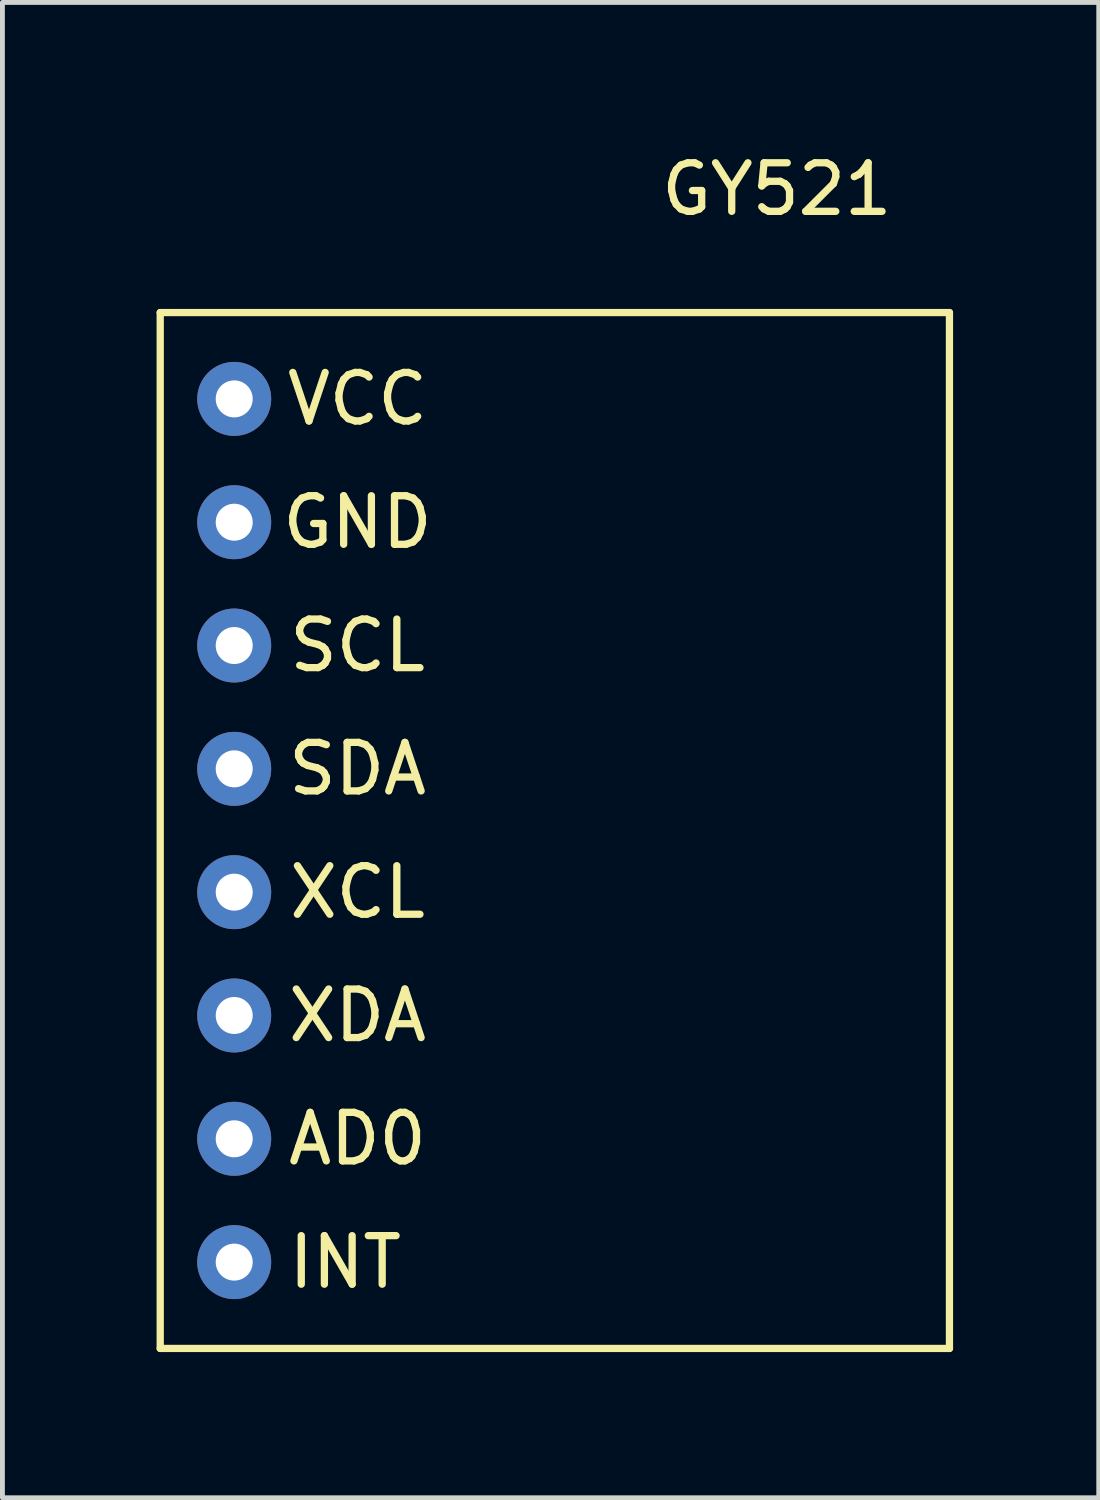
<source format=kicad_pcb>
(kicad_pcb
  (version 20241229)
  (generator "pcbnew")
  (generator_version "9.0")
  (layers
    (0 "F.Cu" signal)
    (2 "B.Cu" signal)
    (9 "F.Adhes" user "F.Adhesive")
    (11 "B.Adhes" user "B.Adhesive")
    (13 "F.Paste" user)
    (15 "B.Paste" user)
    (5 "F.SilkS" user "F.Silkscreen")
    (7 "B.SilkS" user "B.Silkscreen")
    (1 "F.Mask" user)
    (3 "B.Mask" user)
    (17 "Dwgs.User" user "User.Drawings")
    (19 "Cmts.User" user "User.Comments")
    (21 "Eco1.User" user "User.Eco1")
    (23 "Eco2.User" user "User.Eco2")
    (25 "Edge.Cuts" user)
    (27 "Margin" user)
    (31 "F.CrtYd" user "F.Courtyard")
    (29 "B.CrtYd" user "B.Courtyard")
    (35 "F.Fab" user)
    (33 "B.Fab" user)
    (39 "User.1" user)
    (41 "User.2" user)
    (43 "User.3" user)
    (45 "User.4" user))
  (footprint "GY521"
    (layer "F.Cu")
    (at 0.25 3.388)
    (property "Reference" "GY521" (at 12.7 -2.54 0) (layer "F.SilkS") (effects (font (size 1 1) (thickness 0.15))))
    (attr through_hole)
    (fp_line (start 0 0) (end 16.256 0) (stroke (width 0.15) (type solid)) (layer "F.SilkS"))
    (fp_line (start 0 21.336) (end 0 0) (stroke (width 0.15) (type solid)) (layer "F.SilkS"))
    (fp_line (start 16.256 0) (end 16.256 21.336) (stroke (width 0.15) (type solid)) (layer "F.SilkS"))
    (fp_line (start 16.256 21.336) (end 0 21.336) (stroke (width 0.15) (type solid)) (layer "F.SilkS"))
    (fp_text user "SDA" (at 4.064 9.398 0) (layer "F.SilkS") (effects (font (size 1 1) (thickness 0.15))))
    (fp_text user "XCL" (at 4.064 11.938 0) (layer "F.SilkS") (effects (font (size 1 1) (thickness 0.15))))
    (fp_text user "INT" (at 3.81 19.558 0) (layer "F.SilkS") (effects (font (size 1 1) (thickness 0.15))))
    (fp_text user "XDA" (at 4.064 14.478 0) (layer "F.SilkS") (effects (font (size 1 1) (thickness 0.15))))
    (fp_text user "SCL" (at 4.064 6.858 0) (layer "F.SilkS") (effects (font (size 1 1) (thickness 0.15))))
    (fp_text user "GND" (at 4.064 4.318 0) (layer "F.SilkS") (effects (font (size 1 1) (thickness 0.15))))
    (fp_text user "AD0" (at 4.064 17.018 0) (layer "F.SilkS") (effects (font (size 1 1) (thickness 0.15))))
    (fp_text user "VCC" (at 4.064 1.778 0) (layer "F.SilkS") (effects (font (size 1 1) (thickness 0.15))))
    (pad "1" thru_hole circle (at 1.524 1.778) (size 1.524 1.524) (drill 0.762) (layers "*.Cu" "*.Mask"))
    (pad "2" thru_hole circle (at 1.524 4.318) (size 1.524 1.524) (drill 0.762) (layers "*.Cu" "*.Mask"))
    (pad "3" thru_hole circle (at 1.524 6.858) (size 1.524 1.524) (drill 0.762) (layers "*.Cu" "*.Mask"))
    (pad "4" thru_hole circle (at 1.524 9.398) (size 1.524 1.524) (drill 0.762) (layers "*.Cu" "*.Mask"))
    (pad "5" thru_hole circle (at 1.524 11.938) (size 1.524 1.524) (drill 0.762) (layers "*.Cu" "*.Mask"))
    (pad "6" thru_hole circle (at 1.524 14.478) (size 1.524 1.524) (drill 0.762) (layers "*.Cu" "*.Mask"))
    (pad "7" thru_hole circle (at 1.524 17.018) (size 1.524 1.524) (drill 0.762) (layers "*.Cu" "*.Mask"))
    (pad "8" thru_hole circle (at 1.524 19.558) (size 1.524 1.524) (drill 0.762) (layers "*.Cu" "*.Mask")))
  (gr_rect
    (start -3 -3)
    (end 19.581 27.799)
    (stroke (width 0.1) (type default))
    (fill no)
    (layer "Edge.Cuts")))
</source>
